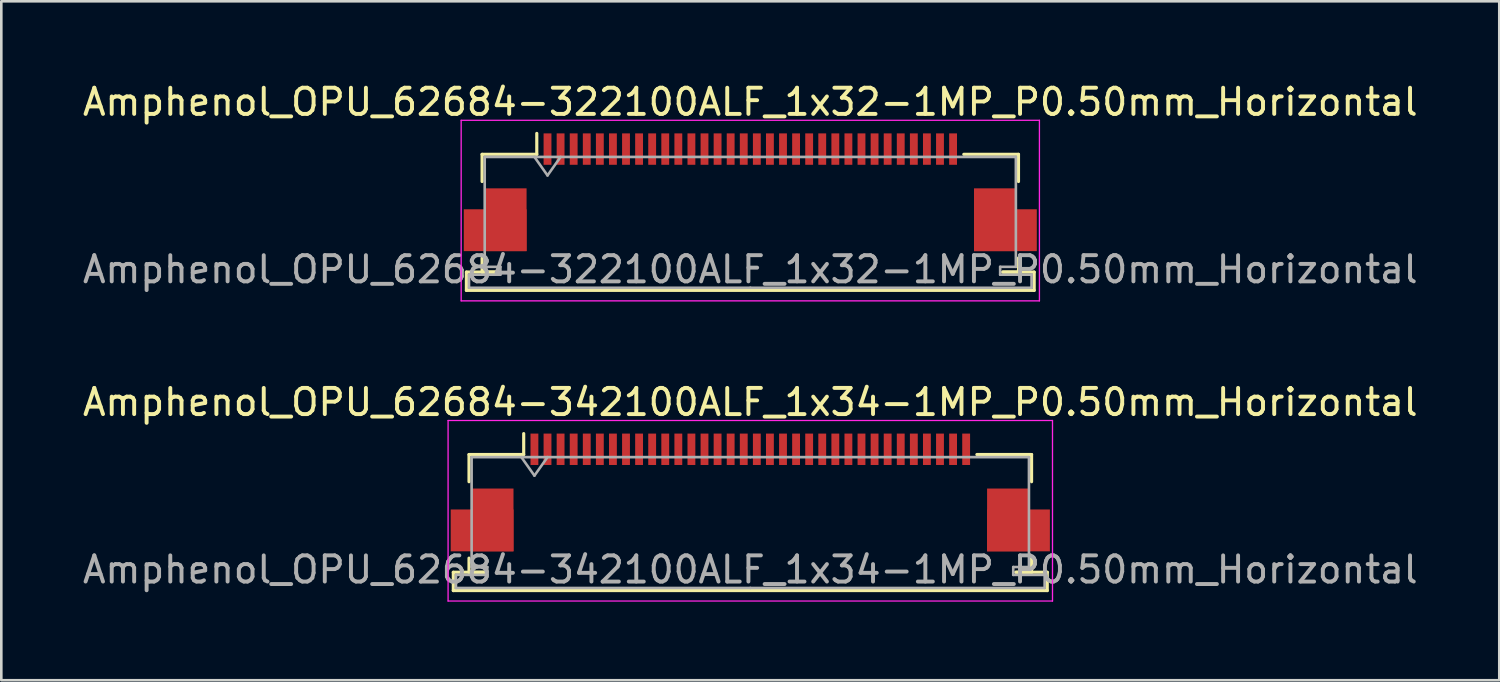
<source format=kicad_pcb>
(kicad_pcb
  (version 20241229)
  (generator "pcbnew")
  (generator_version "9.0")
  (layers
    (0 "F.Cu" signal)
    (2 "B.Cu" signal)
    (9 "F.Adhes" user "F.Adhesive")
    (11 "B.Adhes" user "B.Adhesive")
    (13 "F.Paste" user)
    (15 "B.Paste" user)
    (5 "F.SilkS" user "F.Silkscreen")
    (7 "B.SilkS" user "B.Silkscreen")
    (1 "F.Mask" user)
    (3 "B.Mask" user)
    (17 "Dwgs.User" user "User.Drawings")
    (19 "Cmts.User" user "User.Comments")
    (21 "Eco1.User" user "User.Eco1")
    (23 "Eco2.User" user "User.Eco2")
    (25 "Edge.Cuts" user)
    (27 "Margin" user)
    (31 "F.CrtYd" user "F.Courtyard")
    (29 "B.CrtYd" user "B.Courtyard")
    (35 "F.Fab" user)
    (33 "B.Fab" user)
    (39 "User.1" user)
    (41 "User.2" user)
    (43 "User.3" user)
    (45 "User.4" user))
  (footprint "Amphenol_OPU_62684-322100ALF_1x32-1MP_P0.50mm_Horizontal"
    (layer "F.Cu")
    (at 25.625 4.298)
    (property "Reference" "Amphenol_OPU_62684-322100ALF_1x32-1MP_P0.50mm_Horizontal" (at 0 -3.45 0) (layer "F.SilkS") (effects (font (size 1 1) (thickness 0.15))))
    (attr smd)
    (fp_line (start -10.85 3.05) (end -10.85 3.75) (stroke (width 0.12) (type solid)) (layer "F.SilkS"))
    (fp_line (start -10.85 3.75) (end 10.85 3.75) (stroke (width 0.12) (type solid)) (layer "F.SilkS"))
    (fp_line (start -10.25 -1.45) (end -10.25 -0.41) (stroke (width 0.12) (type solid)) (layer "F.SilkS"))
    (fp_line (start -10.25 2.51) (end -10.25 3.05) (stroke (width 0.12) (type solid)) (layer "F.SilkS"))
    (fp_line (start -10.25 3.05) (end -9.65 3.05) (stroke (width 0.12) (type solid)) (layer "F.SilkS"))
    (fp_line (start -9.65 3.05) (end -10.85 3.05) (stroke (width 0.12) (type solid)) (layer "F.SilkS"))
    (fp_line (start -8.16 -1.45) (end -10.25 -1.45) (stroke (width 0.12) (type solid)) (layer "F.SilkS"))
    (fp_line (start -8.16 -1.45) (end -8.16 -2.25) (stroke (width 0.12) (type solid)) (layer "F.SilkS"))
    (fp_line (start 8.16 -1.45) (end 10.25 -1.45) (stroke (width 0.12) (type solid)) (layer "F.SilkS"))
    (fp_line (start 9.65 3.05) (end 10.25 3.05) (stroke (width 0.12) (type solid)) (layer "F.SilkS"))
    (fp_line (start 10.25 -1.45) (end 10.25 -0.41) (stroke (width 0.12) (type solid)) (layer "F.SilkS"))
    (fp_line (start 10.25 3.05) (end 10.25 2.51) (stroke (width 0.12) (type solid)) (layer "F.SilkS"))
    (fp_line (start 10.85 3.05) (end 9.65 3.05) (stroke (width 0.12) (type solid)) (layer "F.SilkS"))
    (fp_line (start 10.85 3.75) (end 10.85 3.05) (stroke (width 0.12) (type solid)) (layer "F.SilkS"))
    (fp_line (start -11.05 -2.75) (end -11.05 4.15) (stroke (width 0.05) (type solid)) (layer "F.CrtYd"))
    (fp_line (start -11.05 4.15) (end 11.05 4.15) (stroke (width 0.05) (type solid)) (layer "F.CrtYd"))
    (fp_line (start 11.05 -2.75) (end -11.05 -2.75) (stroke (width 0.05) (type solid)) (layer "F.CrtYd"))
    (fp_line (start 11.05 4.15) (end 11.05 -2.75) (stroke (width 0.05) (type solid)) (layer "F.CrtYd"))
    (fp_line (start -10.75 3.15) (end -10.75 3.65) (stroke (width 0.1) (type solid)) (layer "F.Fab"))
    (fp_line (start -10.75 3.65) (end 0 3.65) (stroke (width 0.1) (type solid)) (layer "F.Fab"))
    (fp_line (start -10.15 -1.35) (end -10.15 2.85) (stroke (width 0.1) (type solid)) (layer "F.Fab"))
    (fp_line (start -10.15 2.85) (end -9.55 2.85) (stroke (width 0.1) (type solid)) (layer "F.Fab"))
    (fp_line (start -9.55 2.85) (end -9.55 3.15) (stroke (width 0.1) (type solid)) (layer "F.Fab"))
    (fp_line (start -9.55 3.15) (end -10.75 3.15) (stroke (width 0.1) (type solid)) (layer "F.Fab"))
    (fp_line (start -8.25 -1.35) (end -7.75 -0.643) (stroke (width 0.1) (type solid)) (layer "F.Fab"))
    (fp_line (start -7.75 -0.643) (end -7.25 -1.35) (stroke (width 0.1) (type solid)) (layer "F.Fab"))
    (fp_line (start 0 -1.35) (end -10.15 -1.35) (stroke (width 0.1) (type solid)) (layer "F.Fab"))
    (fp_line (start 0 -1.35) (end 10.15 -1.35) (stroke (width 0.1) (type solid)) (layer "F.Fab"))
    (fp_line (start 9.55 2.85) (end 9.55 3.15) (stroke (width 0.1) (type solid)) (layer "F.Fab"))
    (fp_line (start 9.55 3.15) (end 10.75 3.15) (stroke (width 0.1) (type solid)) (layer "F.Fab"))
    (fp_line (start 10.15 -1.35) (end 10.15 2.85) (stroke (width 0.1) (type solid)) (layer "F.Fab"))
    (fp_line (start 10.15 2.85) (end 9.55 2.85) (stroke (width 0.1) (type solid)) (layer "F.Fab"))
    (fp_line (start 10.75 3.15) (end 10.75 3.65) (stroke (width 0.1) (type solid)) (layer "F.Fab"))
    (fp_line (start 10.75 3.65) (end 0 3.65) (stroke (width 0.1) (type solid)) (layer "F.Fab"))
    (fp_text user "${REFERENCE}" (at 0 2.95 0) (layer "F.Fab") (effects (font (size 1 1) (thickness 0.15))))
    (pad "1" smd rect (at -7.75 -1.65) (size 0.3 1.2) (layers "F.Cu" "F.Mask" "F.Paste"))
    (pad "2" smd rect (at -7.25 -1.65) (size 0.3 1.2) (layers "F.Cu" "F.Mask" "F.Paste"))
    (pad "3" smd rect (at -6.75 -1.65) (size 0.3 1.2) (layers "F.Cu" "F.Mask" "F.Paste"))
    (pad "4" smd rect (at -6.25 -1.65) (size 0.3 1.2) (layers "F.Cu" "F.Mask" "F.Paste"))
    (pad "5" smd rect (at -5.75 -1.65) (size 0.3 1.2) (layers "F.Cu" "F.Mask" "F.Paste"))
    (pad "6" smd rect (at -5.25 -1.65) (size 0.3 1.2) (layers "F.Cu" "F.Mask" "F.Paste"))
    (pad "7" smd rect (at -4.75 -1.65) (size 0.3 1.2) (layers "F.Cu" "F.Mask" "F.Paste"))
    (pad "8" smd rect (at -4.25 -1.65) (size 0.3 1.2) (layers "F.Cu" "F.Mask" "F.Paste"))
    (pad "9" smd rect (at -3.75 -1.65) (size 0.3 1.2) (layers "F.Cu" "F.Mask" "F.Paste"))
    (pad "10" smd rect (at -3.25 -1.65) (size 0.3 1.2) (layers "F.Cu" "F.Mask" "F.Paste"))
    (pad "11" smd rect (at -2.75 -1.65) (size 0.3 1.2) (layers "F.Cu" "F.Mask" "F.Paste"))
    (pad "12" smd rect (at -2.25 -1.65) (size 0.3 1.2) (layers "F.Cu" "F.Mask" "F.Paste"))
    (pad "13" smd rect (at -1.75 -1.65) (size 0.3 1.2) (layers "F.Cu" "F.Mask" "F.Paste"))
    (pad "14" smd rect (at -1.25 -1.65) (size 0.3 1.2) (layers "F.Cu" "F.Mask" "F.Paste"))
    (pad "15" smd rect (at -0.75 -1.65) (size 0.3 1.2) (layers "F.Cu" "F.Mask" "F.Paste"))
    (pad "16" smd rect (at -0.25 -1.65) (size 0.3 1.2) (layers "F.Cu" "F.Mask" "F.Paste"))
    (pad "17" smd rect (at 0.25 -1.65) (size 0.3 1.2) (layers "F.Cu" "F.Mask" "F.Paste"))
    (pad "18" smd rect (at 0.75 -1.65) (size 0.3 1.2) (layers "F.Cu" "F.Mask" "F.Paste"))
    (pad "19" smd rect (at 1.25 -1.65) (size 0.3 1.2) (layers "F.Cu" "F.Mask" "F.Paste"))
    (pad "20" smd rect (at 1.75 -1.65) (size 0.3 1.2) (layers "F.Cu" "F.Mask" "F.Paste"))
    (pad "21" smd rect (at 2.25 -1.65) (size 0.3 1.2) (layers "F.Cu" "F.Mask" "F.Paste"))
    (pad "22" smd rect (at 2.75 -1.65) (size 0.3 1.2) (layers "F.Cu" "F.Mask" "F.Paste"))
    (pad "23" smd rect (at 3.25 -1.65) (size 0.3 1.2) (layers "F.Cu" "F.Mask" "F.Paste"))
    (pad "24" smd rect (at 3.75 -1.65) (size 0.3 1.2) (layers "F.Cu" "F.Mask" "F.Paste"))
    (pad "25" smd rect (at 4.25 -1.65) (size 0.3 1.2) (layers "F.Cu" "F.Mask" "F.Paste"))
    (pad "26" smd rect (at 4.75 -1.65) (size 0.3 1.2) (layers "F.Cu" "F.Mask" "F.Paste"))
    (pad "27" smd rect (at 5.25 -1.65) (size 0.3 1.2) (layers "F.Cu" "F.Mask" "F.Paste"))
    (pad "28" smd rect (at 5.75 -1.65) (size 0.3 1.2) (layers "F.Cu" "F.Mask" "F.Paste"))
    (pad "29" smd rect (at 6.25 -1.65) (size 0.3 1.2) (layers "F.Cu" "F.Mask" "F.Paste"))
    (pad "30" smd rect (at 6.75 -1.65) (size 0.3 1.2) (layers "F.Cu" "F.Mask" "F.Paste"))
    (pad "31" smd rect (at 7.25 -1.65) (size 0.3 1.2) (layers "F.Cu" "F.Mask" "F.Paste"))
    (pad "32" smd rect (at 7.75 -1.65) (size 0.3 1.2) (layers "F.Cu" "F.Mask" "F.Paste"))
    (pad "MP" smd rect (at -9.75 1.45) (size 2.4 1.6) (layers "F.Cu" "F.Mask" "F.Paste"))
    (pad "MP" smd rect (at -9.35 1.05) (size 1.6 2.4) (layers "F.Cu" "F.Mask" "F.Paste"))
    (pad "MP" smd rect (at 9.35 1.05) (size 1.6 2.4) (layers "F.Cu" "F.Mask" "F.Paste"))
    (pad "MP" smd rect (at 9.75 1.45) (size 2.4 1.6) (layers "F.Cu" "F.Mask" "F.Paste")))
  (footprint "Amphenol_OPU_62684-342100ALF_1x34-1MP_P0.50mm_Horizontal"
    (layer "F.Cu")
    (at 25.625 15.771)
    (property "Reference" "Amphenol_OPU_62684-342100ALF_1x34-1MP_P0.50mm_Horizontal" (at 0 -3.45 0) (layer "F.SilkS") (effects (font (size 1 1) (thickness 0.15))))
    (attr smd)
    (fp_line (start -11.35 3.05) (end -11.35 3.75) (stroke (width 0.12) (type solid)) (layer "F.SilkS"))
    (fp_line (start -11.35 3.75) (end 11.35 3.75) (stroke (width 0.12) (type solid)) (layer "F.SilkS"))
    (fp_line (start -10.75 -1.45) (end -10.75 -0.41) (stroke (width 0.12) (type solid)) (layer "F.SilkS"))
    (fp_line (start -10.75 2.51) (end -10.75 3.05) (stroke (width 0.12) (type solid)) (layer "F.SilkS"))
    (fp_line (start -10.75 3.05) (end -10.15 3.05) (stroke (width 0.12) (type solid)) (layer "F.SilkS"))
    (fp_line (start -10.15 3.05) (end -11.35 3.05) (stroke (width 0.12) (type solid)) (layer "F.SilkS"))
    (fp_line (start -8.66 -1.45) (end -10.75 -1.45) (stroke (width 0.12) (type solid)) (layer "F.SilkS"))
    (fp_line (start -8.66 -1.45) (end -8.66 -2.25) (stroke (width 0.12) (type solid)) (layer "F.SilkS"))
    (fp_line (start 8.66 -1.45) (end 10.75 -1.45) (stroke (width 0.12) (type solid)) (layer "F.SilkS"))
    (fp_line (start 10.15 3.05) (end 10.75 3.05) (stroke (width 0.12) (type solid)) (layer "F.SilkS"))
    (fp_line (start 10.75 -1.45) (end 10.75 -0.41) (stroke (width 0.12) (type solid)) (layer "F.SilkS"))
    (fp_line (start 10.75 3.05) (end 10.75 2.51) (stroke (width 0.12) (type solid)) (layer "F.SilkS"))
    (fp_line (start 11.35 3.05) (end 10.15 3.05) (stroke (width 0.12) (type solid)) (layer "F.SilkS"))
    (fp_line (start 11.35 3.75) (end 11.35 3.05) (stroke (width 0.12) (type solid)) (layer "F.SilkS"))
    (fp_line (start -11.55 -2.75) (end -11.55 4.15) (stroke (width 0.05) (type solid)) (layer "F.CrtYd"))
    (fp_line (start -11.55 4.15) (end 11.55 4.15) (stroke (width 0.05) (type solid)) (layer "F.CrtYd"))
    (fp_line (start 11.55 -2.75) (end -11.55 -2.75) (stroke (width 0.05) (type solid)) (layer "F.CrtYd"))
    (fp_line (start 11.55 4.15) (end 11.55 -2.75) (stroke (width 0.05) (type solid)) (layer "F.CrtYd"))
    (fp_line (start -11.25 3.15) (end -11.25 3.65) (stroke (width 0.1) (type solid)) (layer "F.Fab"))
    (fp_line (start -11.25 3.65) (end 0 3.65) (stroke (width 0.1) (type solid)) (layer "F.Fab"))
    (fp_line (start -10.65 -1.35) (end -10.65 2.85) (stroke (width 0.1) (type solid)) (layer "F.Fab"))
    (fp_line (start -10.65 2.85) (end -10.05 2.85) (stroke (width 0.1) (type solid)) (layer "F.Fab"))
    (fp_line (start -10.05 2.85) (end -10.05 3.15) (stroke (width 0.1) (type solid)) (layer "F.Fab"))
    (fp_line (start -10.05 3.15) (end -11.25 3.15) (stroke (width 0.1) (type solid)) (layer "F.Fab"))
    (fp_line (start -8.75 -1.35) (end -8.25 -0.643) (stroke (width 0.1) (type solid)) (layer "F.Fab"))
    (fp_line (start -8.25 -0.643) (end -7.75 -1.35) (stroke (width 0.1) (type solid)) (layer "F.Fab"))
    (fp_line (start 0 -1.35) (end -10.65 -1.35) (stroke (width 0.1) (type solid)) (layer "F.Fab"))
    (fp_line (start 0 -1.35) (end 10.65 -1.35) (stroke (width 0.1) (type solid)) (layer "F.Fab"))
    (fp_line (start 10.05 2.85) (end 10.05 3.15) (stroke (width 0.1) (type solid)) (layer "F.Fab"))
    (fp_line (start 10.05 3.15) (end 11.25 3.15) (stroke (width 0.1) (type solid)) (layer "F.Fab"))
    (fp_line (start 10.65 -1.35) (end 10.65 2.85) (stroke (width 0.1) (type solid)) (layer "F.Fab"))
    (fp_line (start 10.65 2.85) (end 10.05 2.85) (stroke (width 0.1) (type solid)) (layer "F.Fab"))
    (fp_line (start 11.25 3.15) (end 11.25 3.65) (stroke (width 0.1) (type solid)) (layer "F.Fab"))
    (fp_line (start 11.25 3.65) (end 0 3.65) (stroke (width 0.1) (type solid)) (layer "F.Fab"))
    (fp_text user "${REFERENCE}" (at 0 2.95 0) (layer "F.Fab") (effects (font (size 1 1) (thickness 0.15))))
    (pad "1" smd rect (at -8.25 -1.65) (size 0.3 1.2) (layers "F.Cu" "F.Mask" "F.Paste"))
    (pad "2" smd rect (at -7.75 -1.65) (size 0.3 1.2) (layers "F.Cu" "F.Mask" "F.Paste"))
    (pad "3" smd rect (at -7.25 -1.65) (size 0.3 1.2) (layers "F.Cu" "F.Mask" "F.Paste"))
    (pad "4" smd rect (at -6.75 -1.65) (size 0.3 1.2) (layers "F.Cu" "F.Mask" "F.Paste"))
    (pad "5" smd rect (at -6.25 -1.65) (size 0.3 1.2) (layers "F.Cu" "F.Mask" "F.Paste"))
    (pad "6" smd rect (at -5.75 -1.65) (size 0.3 1.2) (layers "F.Cu" "F.Mask" "F.Paste"))
    (pad "7" smd rect (at -5.25 -1.65) (size 0.3 1.2) (layers "F.Cu" "F.Mask" "F.Paste"))
    (pad "8" smd rect (at -4.75 -1.65) (size 0.3 1.2) (layers "F.Cu" "F.Mask" "F.Paste"))
    (pad "9" smd rect (at -4.25 -1.65) (size 0.3 1.2) (layers "F.Cu" "F.Mask" "F.Paste"))
    (pad "10" smd rect (at -3.75 -1.65) (size 0.3 1.2) (layers "F.Cu" "F.Mask" "F.Paste"))
    (pad "11" smd rect (at -3.25 -1.65) (size 0.3 1.2) (layers "F.Cu" "F.Mask" "F.Paste"))
    (pad "12" smd rect (at -2.75 -1.65) (size 0.3 1.2) (layers "F.Cu" "F.Mask" "F.Paste"))
    (pad "13" smd rect (at -2.25 -1.65) (size 0.3 1.2) (layers "F.Cu" "F.Mask" "F.Paste"))
    (pad "14" smd rect (at -1.75 -1.65) (size 0.3 1.2) (layers "F.Cu" "F.Mask" "F.Paste"))
    (pad "15" smd rect (at -1.25 -1.65) (size 0.3 1.2) (layers "F.Cu" "F.Mask" "F.Paste"))
    (pad "16" smd rect (at -0.75 -1.65) (size 0.3 1.2) (layers "F.Cu" "F.Mask" "F.Paste"))
    (pad "17" smd rect (at -0.25 -1.65) (size 0.3 1.2) (layers "F.Cu" "F.Mask" "F.Paste"))
    (pad "18" smd rect (at 0.25 -1.65) (size 0.3 1.2) (layers "F.Cu" "F.Mask" "F.Paste"))
    (pad "19" smd rect (at 0.75 -1.65) (size 0.3 1.2) (layers "F.Cu" "F.Mask" "F.Paste"))
    (pad "20" smd rect (at 1.25 -1.65) (size 0.3 1.2) (layers "F.Cu" "F.Mask" "F.Paste"))
    (pad "21" smd rect (at 1.75 -1.65) (size 0.3 1.2) (layers "F.Cu" "F.Mask" "F.Paste"))
    (pad "22" smd rect (at 2.25 -1.65) (size 0.3 1.2) (layers "F.Cu" "F.Mask" "F.Paste"))
    (pad "23" smd rect (at 2.75 -1.65) (size 0.3 1.2) (layers "F.Cu" "F.Mask" "F.Paste"))
    (pad "24" smd rect (at 3.25 -1.65) (size 0.3 1.2) (layers "F.Cu" "F.Mask" "F.Paste"))
    (pad "25" smd rect (at 3.75 -1.65) (size 0.3 1.2) (layers "F.Cu" "F.Mask" "F.Paste"))
    (pad "26" smd rect (at 4.25 -1.65) (size 0.3 1.2) (layers "F.Cu" "F.Mask" "F.Paste"))
    (pad "27" smd rect (at 4.75 -1.65) (size 0.3 1.2) (layers "F.Cu" "F.Mask" "F.Paste"))
    (pad "28" smd rect (at 5.25 -1.65) (size 0.3 1.2) (layers "F.Cu" "F.Mask" "F.Paste"))
    (pad "29" smd rect (at 5.75 -1.65) (size 0.3 1.2) (layers "F.Cu" "F.Mask" "F.Paste"))
    (pad "30" smd rect (at 6.25 -1.65) (size 0.3 1.2) (layers "F.Cu" "F.Mask" "F.Paste"))
    (pad "31" smd rect (at 6.75 -1.65) (size 0.3 1.2) (layers "F.Cu" "F.Mask" "F.Paste"))
    (pad "32" smd rect (at 7.25 -1.65) (size 0.3 1.2) (layers "F.Cu" "F.Mask" "F.Paste"))
    (pad "33" smd rect (at 7.75 -1.65) (size 0.3 1.2) (layers "F.Cu" "F.Mask" "F.Paste"))
    (pad "34" smd rect (at 8.25 -1.65) (size 0.3 1.2) (layers "F.Cu" "F.Mask" "F.Paste"))
    (pad "MP" smd rect (at -10.25 1.45) (size 2.4 1.6) (layers "F.Cu" "F.Mask" "F.Paste"))
    (pad "MP" smd rect (at -9.85 1.05) (size 1.6 2.4) (layers "F.Cu" "F.Mask" "F.Paste"))
    (pad "MP" smd rect (at 9.85 1.05) (size 1.6 2.4) (layers "F.Cu" "F.Mask" "F.Paste"))
    (pad "MP" smd rect (at 10.25 1.45) (size 2.4 1.6) (layers "F.Cu" "F.Mask" "F.Paste")))
  (gr_rect
    (start -3 -3)
    (end 54.25 22.947)
    (stroke (width 0.1) (type default))
    (fill no)
    (layer "Edge.Cuts")))
</source>
